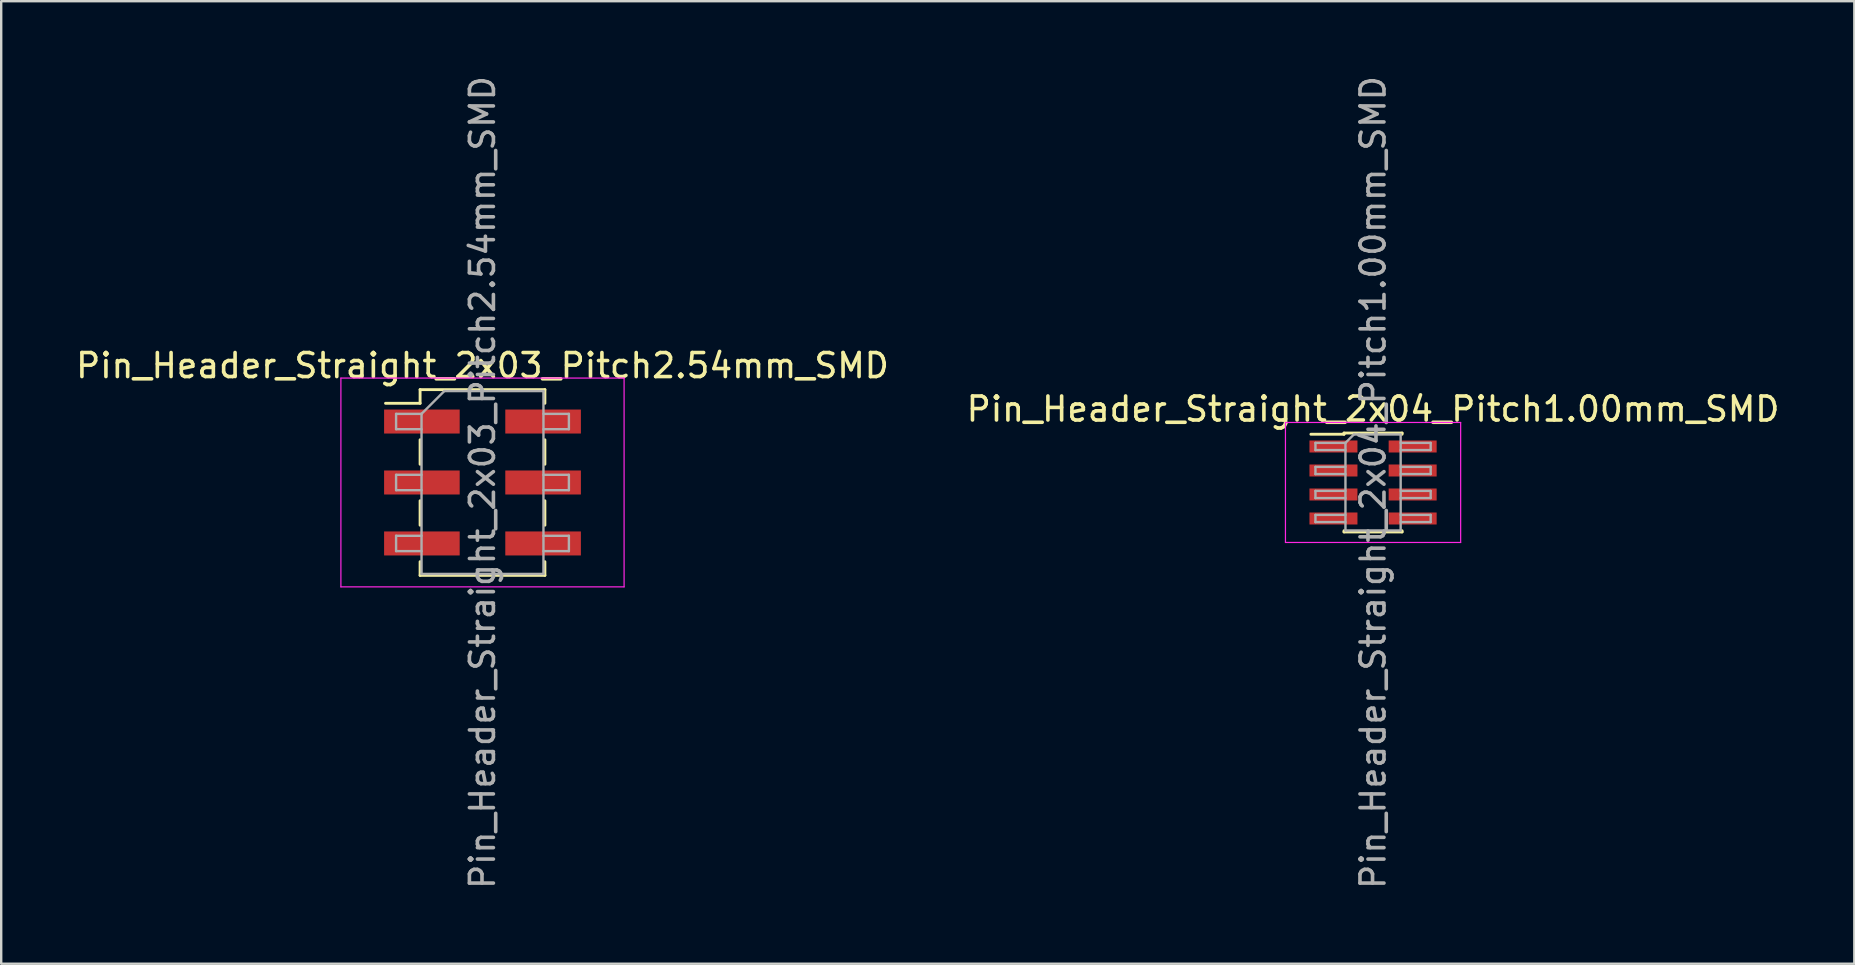
<source format=kicad_pcb>
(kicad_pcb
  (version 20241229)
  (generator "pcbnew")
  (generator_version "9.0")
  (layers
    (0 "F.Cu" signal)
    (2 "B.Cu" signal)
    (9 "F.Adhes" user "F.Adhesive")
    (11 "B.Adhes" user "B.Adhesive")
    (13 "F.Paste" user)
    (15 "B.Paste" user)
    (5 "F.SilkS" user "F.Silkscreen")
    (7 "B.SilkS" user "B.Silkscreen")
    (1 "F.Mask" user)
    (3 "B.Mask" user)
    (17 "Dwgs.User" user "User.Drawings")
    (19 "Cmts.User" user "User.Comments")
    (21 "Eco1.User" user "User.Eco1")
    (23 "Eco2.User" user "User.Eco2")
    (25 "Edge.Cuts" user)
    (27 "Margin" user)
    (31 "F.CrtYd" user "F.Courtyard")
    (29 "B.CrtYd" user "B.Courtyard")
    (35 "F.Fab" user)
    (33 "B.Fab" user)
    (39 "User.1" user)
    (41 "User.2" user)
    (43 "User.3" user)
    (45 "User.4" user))
  (footprint "Pin_Header_Straight_2x04_Pitch1.00mm_SMD"
    (layer "F.Cu")
    (at 54.161 17.054)
    (property "Reference" "Pin_Header_Straight_2x04_Pitch1.00mm_SMD" (at 0 -3.06 0) (layer "F.SilkS") (effects (font (size 1 1) (thickness 0.15))))
    (attr smd)
    (fp_line (start -2.59 -2.01) (end -1.21 -2.01) (stroke (width 0.12) (type solid)) (layer "F.SilkS"))
    (fp_line (start -1.21 -2.06) (end -1.21 -2.01) (stroke (width 0.12) (type solid)) (layer "F.SilkS"))
    (fp_line (start -1.21 -2.06) (end 1.21 -2.06) (stroke (width 0.12) (type solid)) (layer "F.SilkS"))
    (fp_line (start -1.21 2.01) (end -1.21 2.06) (stroke (width 0.12) (type solid)) (layer "F.SilkS"))
    (fp_line (start -1.21 2.06) (end 1.21 2.06) (stroke (width 0.12) (type solid)) (layer "F.SilkS"))
    (fp_line (start 1.21 -2.06) (end 1.21 -2.01) (stroke (width 0.12) (type solid)) (layer "F.SilkS"))
    (fp_line (start 1.21 2.01) (end 1.21 2.06) (stroke (width 0.12) (type solid)) (layer "F.SilkS"))
    (fp_line (start -3.65 -2.5) (end -3.65 2.5) (stroke (width 0.05) (type solid)) (layer "F.CrtYd"))
    (fp_line (start -3.65 2.5) (end 3.65 2.5) (stroke (width 0.05) (type solid)) (layer "F.CrtYd"))
    (fp_line (start 3.65 -2.5) (end -3.65 -2.5) (stroke (width 0.05) (type solid)) (layer "F.CrtYd"))
    (fp_line (start 3.65 2.5) (end 3.65 -2.5) (stroke (width 0.05) (type solid)) (layer "F.CrtYd"))
    (fp_line (start -2.4 -1.65) (end -2.4 -1.35) (stroke (width 0.1) (type solid)) (layer "F.Fab"))
    (fp_line (start -2.4 -1.35) (end -1.15 -1.35) (stroke (width 0.1) (type solid)) (layer "F.Fab"))
    (fp_line (start -2.4 -0.65) (end -2.4 -0.35) (stroke (width 0.1) (type solid)) (layer "F.Fab"))
    (fp_line (start -2.4 -0.35) (end -1.15 -0.35) (stroke (width 0.1) (type solid)) (layer "F.Fab"))
    (fp_line (start -2.4 0.35) (end -2.4 0.65) (stroke (width 0.1) (type solid)) (layer "F.Fab"))
    (fp_line (start -2.4 0.65) (end -1.15 0.65) (stroke (width 0.1) (type solid)) (layer "F.Fab"))
    (fp_line (start -2.4 1.35) (end -2.4 1.65) (stroke (width 0.1) (type solid)) (layer "F.Fab"))
    (fp_line (start -2.4 1.65) (end -1.15 1.65) (stroke (width 0.1) (type solid)) (layer "F.Fab"))
    (fp_line (start -1.15 -1.65) (end -2.4 -1.65) (stroke (width 0.1) (type solid)) (layer "F.Fab"))
    (fp_line (start -1.15 -1.65) (end -0.8 -2) (stroke (width 0.1) (type solid)) (layer "F.Fab"))
    (fp_line (start -1.15 -0.65) (end -2.4 -0.65) (stroke (width 0.1) (type solid)) (layer "F.Fab"))
    (fp_line (start -1.15 0.35) (end -2.4 0.35) (stroke (width 0.1) (type solid)) (layer "F.Fab"))
    (fp_line (start -1.15 1.35) (end -2.4 1.35) (stroke (width 0.1) (type solid)) (layer "F.Fab"))
    (fp_line (start -1.15 2) (end -1.15 -1.65) (stroke (width 0.1) (type solid)) (layer "F.Fab"))
    (fp_line (start -0.8 -2) (end 1.15 -2) (stroke (width 0.1) (type solid)) (layer "F.Fab"))
    (fp_line (start 1.15 -2) (end 1.15 2) (stroke (width 0.1) (type solid)) (layer "F.Fab"))
    (fp_line (start 1.15 -1.65) (end 2.4 -1.65) (stroke (width 0.1) (type solid)) (layer "F.Fab"))
    (fp_line (start 1.15 -0.65) (end 2.4 -0.65) (stroke (width 0.1) (type solid)) (layer "F.Fab"))
    (fp_line (start 1.15 0.35) (end 2.4 0.35) (stroke (width 0.1) (type solid)) (layer "F.Fab"))
    (fp_line (start 1.15 1.35) (end 2.4 1.35) (stroke (width 0.1) (type solid)) (layer "F.Fab"))
    (fp_line (start 1.15 2) (end -1.15 2) (stroke (width 0.1) (type solid)) (layer "F.Fab"))
    (fp_line (start 2.4 -1.65) (end 2.4 -1.35) (stroke (width 0.1) (type solid)) (layer "F.Fab"))
    (fp_line (start 2.4 -1.35) (end 1.15 -1.35) (stroke (width 0.1) (type solid)) (layer "F.Fab"))
    (fp_line (start 2.4 -0.65) (end 2.4 -0.35) (stroke (width 0.1) (type solid)) (layer "F.Fab"))
    (fp_line (start 2.4 -0.35) (end 1.15 -0.35) (stroke (width 0.1) (type solid)) (layer "F.Fab"))
    (fp_line (start 2.4 0.35) (end 2.4 0.65) (stroke (width 0.1) (type solid)) (layer "F.Fab"))
    (fp_line (start 2.4 0.65) (end 1.15 0.65) (stroke (width 0.1) (type solid)) (layer "F.Fab"))
    (fp_line (start 2.4 1.35) (end 2.4 1.65) (stroke (width 0.1) (type solid)) (layer "F.Fab"))
    (fp_line (start 2.4 1.65) (end 1.15 1.65) (stroke (width 0.1) (type solid)) (layer "F.Fab"))
    (fp_text user "${REFERENCE}" (at 0 0 90) (layer "F.Fab") (effects (font (size 1 1) (thickness 0.15))))
    (pad "1" smd rect (at -1.65 -1.5) (size 2 0.5) (layers "F.Cu" "F.Mask" "F.Paste"))
    (pad "2" smd rect (at 1.65 -1.5) (size 2 0.5) (layers "F.Cu" "F.Mask" "F.Paste"))
    (pad "3" smd rect (at -1.65 -0.5) (size 2 0.5) (layers "F.Cu" "F.Mask" "F.Paste"))
    (pad "4" smd rect (at 1.65 -0.5) (size 2 0.5) (layers "F.Cu" "F.Mask" "F.Paste"))
    (pad "5" smd rect (at -1.65 0.5) (size 2 0.5) (layers "F.Cu" "F.Mask" "F.Paste"))
    (pad "6" smd rect (at 1.65 0.5) (size 2 0.5) (layers "F.Cu" "F.Mask" "F.Paste"))
    (pad "7" smd rect (at -1.65 1.5) (size 2 0.5) (layers "F.Cu" "F.Mask" "F.Paste"))
    (pad "8" smd rect (at 1.65 1.5) (size 2 0.5) (layers "F.Cu" "F.Mask" "F.Paste")))
  (footprint "Pin_Header_Straight_2x03_Pitch2.54mm_SMD"
    (layer "F.Cu")
    (at 17.054 17.054)
    (property "Reference" "Pin_Header_Straight_2x03_Pitch2.54mm_SMD" (at 0 -4.87 0) (layer "F.SilkS") (effects (font (size 1 1) (thickness 0.15))))
    (attr smd)
    (fp_line (start -4.04 -3.3) (end -2.6 -3.3) (stroke (width 0.12) (type solid)) (layer "F.SilkS"))
    (fp_line (start -2.6 -3.87) (end -2.6 -3.3) (stroke (width 0.12) (type solid)) (layer "F.SilkS"))
    (fp_line (start -2.6 -3.87) (end 2.6 -3.87) (stroke (width 0.12) (type solid)) (layer "F.SilkS"))
    (fp_line (start -2.6 -1.78) (end -2.6 -0.76) (stroke (width 0.12) (type solid)) (layer "F.SilkS"))
    (fp_line (start -2.6 0.76) (end -2.6 1.78) (stroke (width 0.12) (type solid)) (layer "F.SilkS"))
    (fp_line (start -2.6 3.3) (end -2.6 3.87) (stroke (width 0.12) (type solid)) (layer "F.SilkS"))
    (fp_line (start -2.6 3.87) (end 2.6 3.87) (stroke (width 0.12) (type solid)) (layer "F.SilkS"))
    (fp_line (start 2.6 -3.87) (end 2.6 -3.3) (stroke (width 0.12) (type solid)) (layer "F.SilkS"))
    (fp_line (start 2.6 -1.78) (end 2.6 -0.76) (stroke (width 0.12) (type solid)) (layer "F.SilkS"))
    (fp_line (start 2.6 0.76) (end 2.6 1.78) (stroke (width 0.12) (type solid)) (layer "F.SilkS"))
    (fp_line (start 2.6 3.3) (end 2.6 3.87) (stroke (width 0.12) (type solid)) (layer "F.SilkS"))
    (fp_line (start -5.9 -4.35) (end -5.9 4.35) (stroke (width 0.05) (type solid)) (layer "F.CrtYd"))
    (fp_line (start -5.9 4.35) (end 5.9 4.35) (stroke (width 0.05) (type solid)) (layer "F.CrtYd"))
    (fp_line (start 5.9 -4.35) (end -5.9 -4.35) (stroke (width 0.05) (type solid)) (layer "F.CrtYd"))
    (fp_line (start 5.9 4.35) (end 5.9 -4.35) (stroke (width 0.05) (type solid)) (layer "F.CrtYd"))
    (fp_line (start -3.6 -2.86) (end -3.6 -2.22) (stroke (width 0.1) (type solid)) (layer "F.Fab"))
    (fp_line (start -3.6 -2.22) (end -2.54 -2.22) (stroke (width 0.1) (type solid)) (layer "F.Fab"))
    (fp_line (start -3.6 -0.32) (end -3.6 0.32) (stroke (width 0.1) (type solid)) (layer "F.Fab"))
    (fp_line (start -3.6 0.32) (end -2.54 0.32) (stroke (width 0.1) (type solid)) (layer "F.Fab"))
    (fp_line (start -3.6 2.22) (end -3.6 2.86) (stroke (width 0.1) (type solid)) (layer "F.Fab"))
    (fp_line (start -3.6 2.86) (end -2.54 2.86) (stroke (width 0.1) (type solid)) (layer "F.Fab"))
    (fp_line (start -2.54 -2.86) (end -3.6 -2.86) (stroke (width 0.1) (type solid)) (layer "F.Fab"))
    (fp_line (start -2.54 -2.86) (end -1.59 -3.81) (stroke (width 0.1) (type solid)) (layer "F.Fab"))
    (fp_line (start -2.54 -0.32) (end -3.6 -0.32) (stroke (width 0.1) (type solid)) (layer "F.Fab"))
    (fp_line (start -2.54 2.22) (end -3.6 2.22) (stroke (width 0.1) (type solid)) (layer "F.Fab"))
    (fp_line (start -2.54 3.81) (end -2.54 -2.86) (stroke (width 0.1) (type solid)) (layer "F.Fab"))
    (fp_line (start -1.59 -3.81) (end 2.54 -3.81) (stroke (width 0.1) (type solid)) (layer "F.Fab"))
    (fp_line (start 2.54 -3.81) (end 2.54 3.81) (stroke (width 0.1) (type solid)) (layer "F.Fab"))
    (fp_line (start 2.54 -2.86) (end 3.6 -2.86) (stroke (width 0.1) (type solid)) (layer "F.Fab"))
    (fp_line (start 2.54 -0.32) (end 3.6 -0.32) (stroke (width 0.1) (type solid)) (layer "F.Fab"))
    (fp_line (start 2.54 2.22) (end 3.6 2.22) (stroke (width 0.1) (type solid)) (layer "F.Fab"))
    (fp_line (start 2.54 3.81) (end -2.54 3.81) (stroke (width 0.1) (type solid)) (layer "F.Fab"))
    (fp_line (start 3.6 -2.86) (end 3.6 -2.22) (stroke (width 0.1) (type solid)) (layer "F.Fab"))
    (fp_line (start 3.6 -2.22) (end 2.54 -2.22) (stroke (width 0.1) (type solid)) (layer "F.Fab"))
    (fp_line (start 3.6 -0.32) (end 3.6 0.32) (stroke (width 0.1) (type solid)) (layer "F.Fab"))
    (fp_line (start 3.6 0.32) (end 2.54 0.32) (stroke (width 0.1) (type solid)) (layer "F.Fab"))
    (fp_line (start 3.6 2.22) (end 3.6 2.86) (stroke (width 0.1) (type solid)) (layer "F.Fab"))
    (fp_line (start 3.6 2.86) (end 2.54 2.86) (stroke (width 0.1) (type solid)) (layer "F.Fab"))
    (fp_text user "${REFERENCE}" (at 0 0 90) (layer "F.Fab") (effects (font (size 1 1) (thickness 0.15))))
    (pad "1" smd rect (at -2.525 -2.54) (size 3.15 1) (layers "F.Cu" "F.Mask" "F.Paste"))
    (pad "2" smd rect (at 2.525 -2.54) (size 3.15 1) (layers "F.Cu" "F.Mask" "F.Paste"))
    (pad "3" smd rect (at -2.525 0) (size 3.15 1) (layers "F.Cu" "F.Mask" "F.Paste"))
    (pad "4" smd rect (at 2.525 0) (size 3.15 1) (layers "F.Cu" "F.Mask" "F.Paste"))
    (pad "5" smd rect (at -2.525 2.54) (size 3.15 1) (layers "F.Cu" "F.Mask" "F.Paste"))
    (pad "6" smd rect (at 2.525 2.54) (size 3.15 1) (layers "F.Cu" "F.Mask" "F.Paste")))
  (gr_rect
    (start -3 -3)
    (end 74.214 37.107)
    (stroke (width 0.1) (type default))
    (fill no)
    (layer "Edge.Cuts")))
</source>
